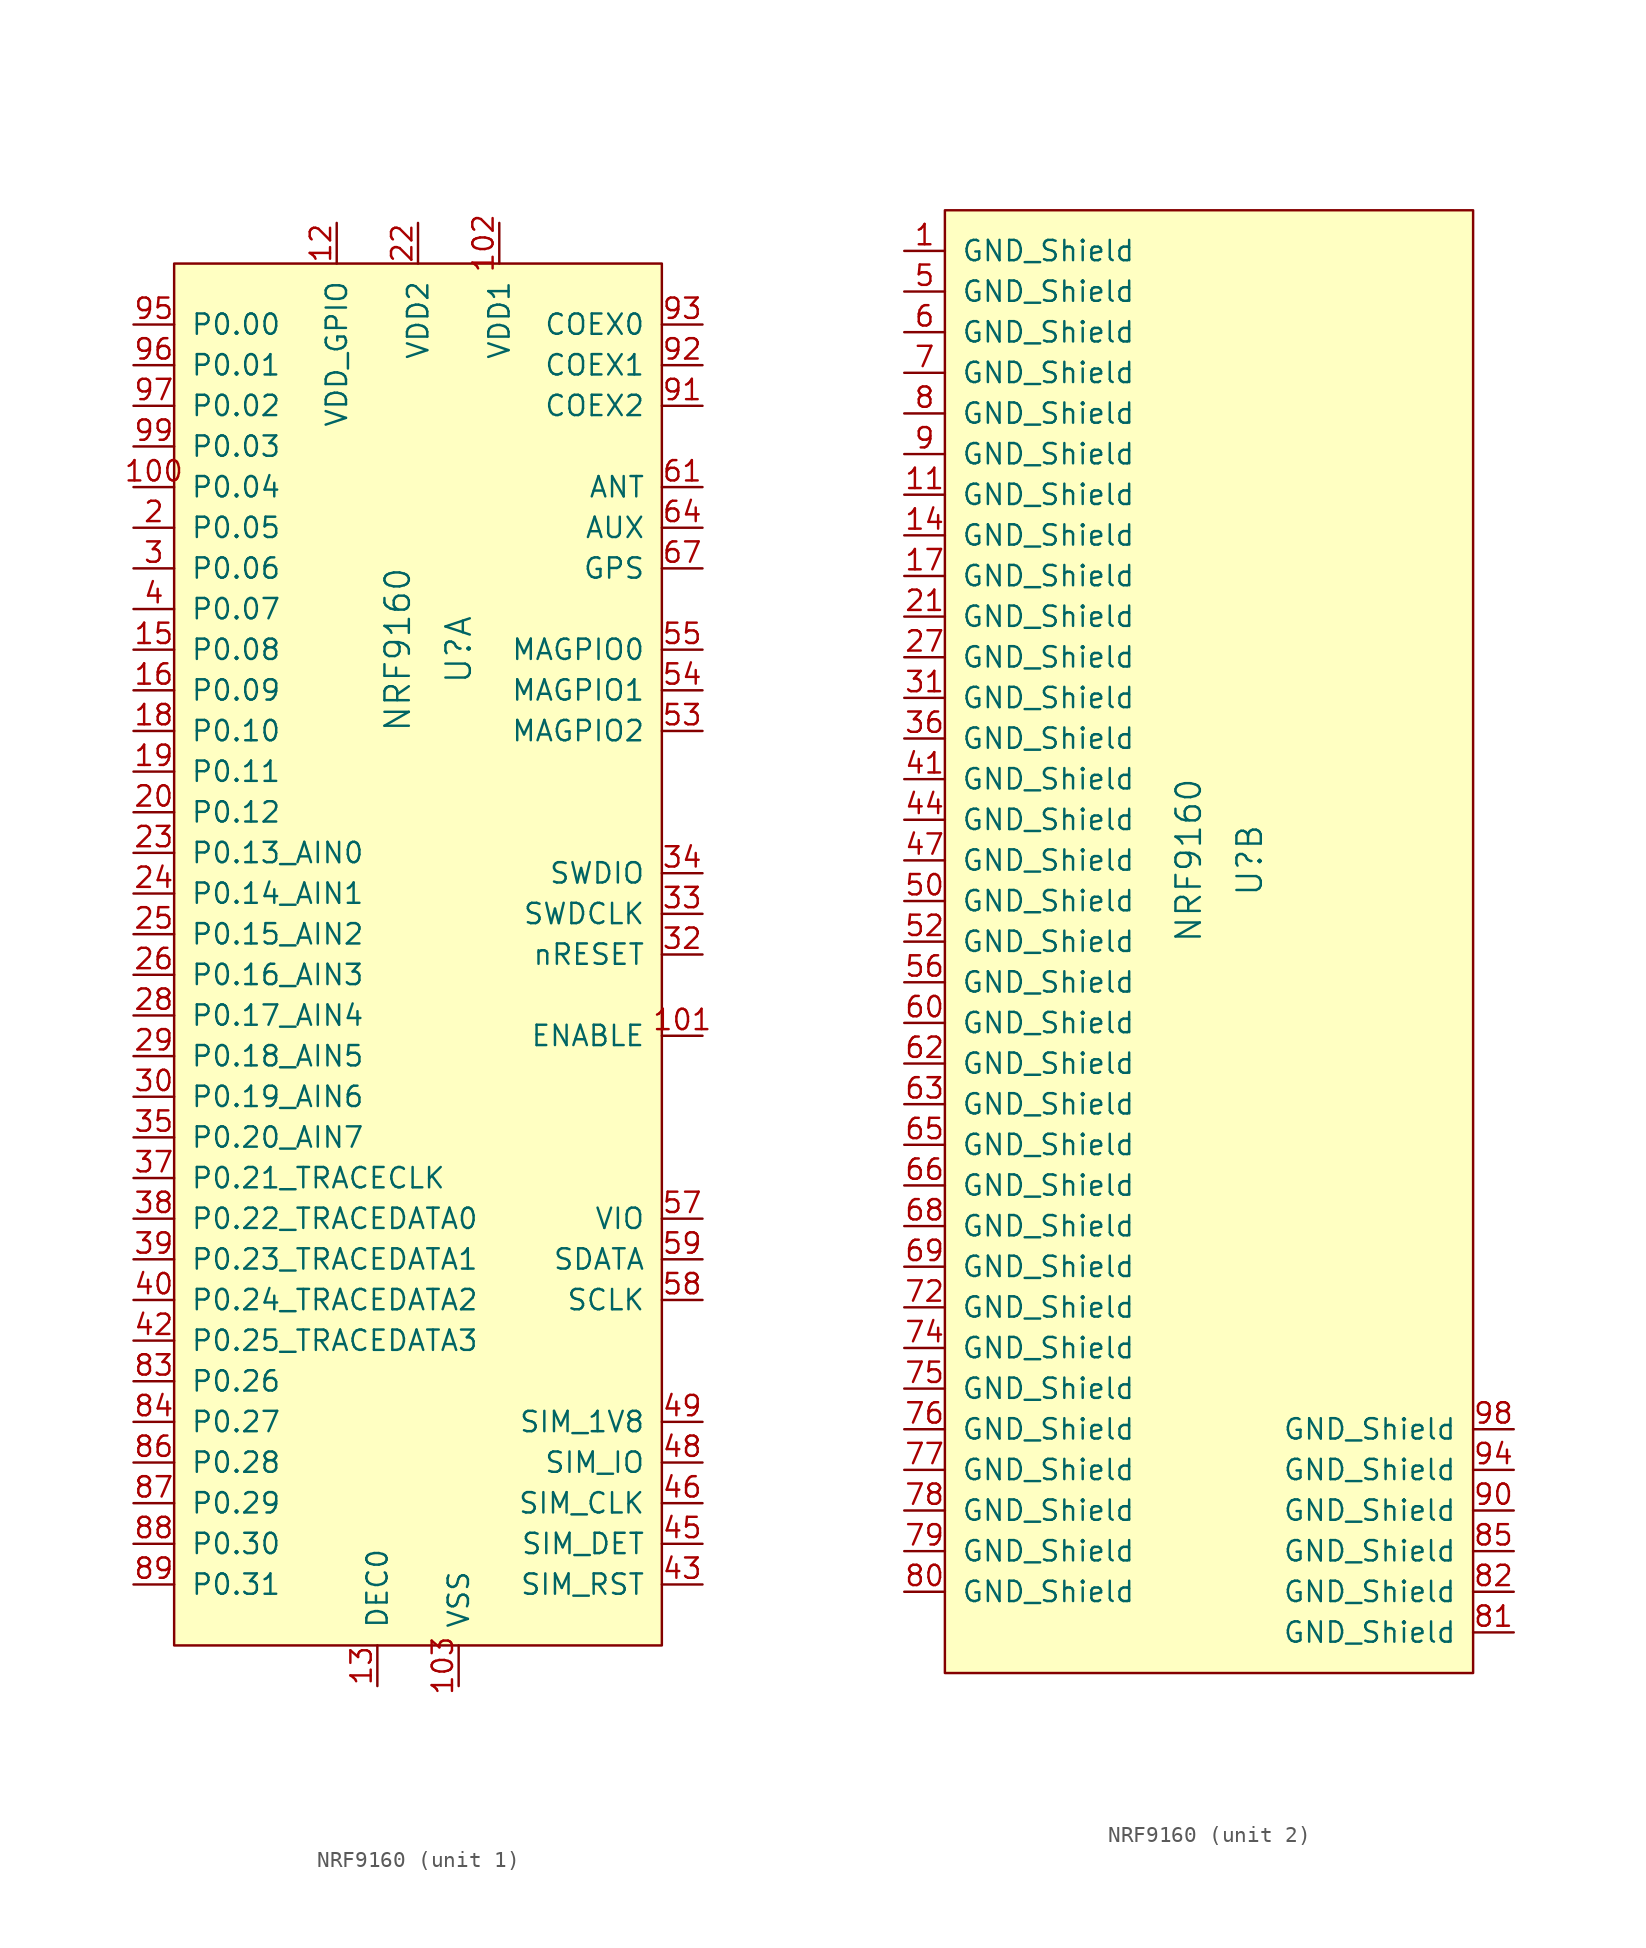
<source format=kicad_sym>
(kicad_symbol_lib
  (version 20211014)
  (generator kicad_symbol_editor)
  (symbol "NRF9160"
    (pin_names
      (offset 1.016))
    (property "Reference" "U"
      (at 2.54 0 90)
      (effects (font (size 1.524 1.524))))
    (property "Value" "NRF9160"
      (at -1.27 0 90)
      (effects (font (size 1.524 1.524))))
    (property "ki_locked" ""
      (at 0 0 0)
      (effects (font (size 1.27 1.27))))
    (symbol "NRF9160_1_1"
      (rectangle (start -15.24 24.13) (end 15.24 -62.23) (stroke (width 0) (type default) (color 0 0 0 0)) (fill (type background)))
      (pin input line (at -17.78 10.16 0) (length 2.54) (name "P0.04" (effects (font (size 1.27 1.27)))) (number "100" (effects (font (size 1.27 1.27)))))
      (pin input line (at 17.78 -24.13 180) (length 2.54) (name "ENABLE" (effects (font (size 1.27 1.27)))) (number "101" (effects (font (size 1.27 1.27)))))
      (pin input line (at 5.08 26.67 270) (length 2.54) (name "VDD1" (effects (font (size 1.27 1.27)))) (number "102" (effects (font (size 1.27 1.27)))))
      (pin input line (at 2.54 -64.77 90) (length 2.54) (name "VSS" (effects (font (size 1.27 1.27)))) (number "103" (effects (font (size 1.27 1.27)))))
      (pin input line (at -5.08 26.67 270) (length 2.54) (name "VDD_GPIO" (effects (font (size 1.27 1.27)))) (number "12" (effects (font (size 1.27 1.27)))))
      (pin input line (at -2.54 -64.77 90) (length 2.54) (name "DEC0" (effects (font (size 1.27 1.27)))) (number "13" (effects (font (size 1.27 1.27)))))
      (pin input line (at -17.78 0 0) (length 2.54) (name "P0.08" (effects (font (size 1.27 1.27)))) (number "15" (effects (font (size 1.27 1.27)))))
      (pin input line (at -17.78 -2.54 0) (length 2.54) (name "P0.09" (effects (font (size 1.27 1.27)))) (number "16" (effects (font (size 1.27 1.27)))))
      (pin input line (at -17.78 -5.08 0) (length 2.54) (name "P0.10" (effects (font (size 1.27 1.27)))) (number "18" (effects (font (size 1.27 1.27)))))
      (pin input line (at -17.78 -7.62 0) (length 2.54) (name "P0.11" (effects (font (size 1.27 1.27)))) (number "19" (effects (font (size 1.27 1.27)))))
      (pin input line (at -17.78 7.62 0) (length 2.54) (name "P0.05" (effects (font (size 1.27 1.27)))) (number "2" (effects (font (size 1.27 1.27)))))
      (pin input line (at -17.78 -10.16 0) (length 2.54) (name "P0.12" (effects (font (size 1.27 1.27)))) (number "20" (effects (font (size 1.27 1.27)))))
      (pin input line (at 0 26.67 270) (length 2.54) (name "VDD2" (effects (font (size 1.27 1.27)))) (number "22" (effects (font (size 1.27 1.27)))))
      (pin input line (at -17.78 -12.7 0) (length 2.54) (name "P0.13_AIN0" (effects (font (size 1.27 1.27)))) (number "23" (effects (font (size 1.27 1.27)))))
      (pin input line (at -17.78 -15.24 0) (length 2.54) (name "P0.14_AIN1" (effects (font (size 1.27 1.27)))) (number "24" (effects (font (size 1.27 1.27)))))
      (pin input line (at -17.78 -17.78 0) (length 2.54) (name "P0.15_AIN2" (effects (font (size 1.27 1.27)))) (number "25" (effects (font (size 1.27 1.27)))))
      (pin input line (at -17.78 -20.32 0) (length 2.54) (name "P0.16_AIN3" (effects (font (size 1.27 1.27)))) (number "26" (effects (font (size 1.27 1.27)))))
      (pin input line (at -17.78 -22.86 0) (length 2.54) (name "P0.17_AIN4" (effects (font (size 1.27 1.27)))) (number "28" (effects (font (size 1.27 1.27)))))
      (pin input line (at -17.78 -25.4 0) (length 2.54) (name "P0.18_AIN5" (effects (font (size 1.27 1.27)))) (number "29" (effects (font (size 1.27 1.27)))))
      (pin input line (at -17.78 5.08 0) (length 2.54) (name "P0.06" (effects (font (size 1.27 1.27)))) (number "3" (effects (font (size 1.27 1.27)))))
      (pin input line (at -17.78 -27.94 0) (length 2.54) (name "P0.19_AIN6" (effects (font (size 1.27 1.27)))) (number "30" (effects (font (size 1.27 1.27)))))
      (pin input line (at 17.78 -19.05 180) (length 2.54) (name "nRESET" (effects (font (size 1.27 1.27)))) (number "32" (effects (font (size 1.27 1.27)))))
      (pin input line (at 17.78 -16.51 180) (length 2.54) (name "SWDCLK" (effects (font (size 1.27 1.27)))) (number "33" (effects (font (size 1.27 1.27)))))
      (pin input line (at 17.78 -13.97 180) (length 2.54) (name "SWDIO" (effects (font (size 1.27 1.27)))) (number "34" (effects (font (size 1.27 1.27)))))
      (pin input line (at -17.78 -30.48 0) (length 2.54) (name "P0.20_AIN7" (effects (font (size 1.27 1.27)))) (number "35" (effects (font (size 1.27 1.27)))))
      (pin input line (at -17.78 -33.02 0) (length 2.54) (name "P0.21_TRACECLK" (effects (font (size 1.27 1.27)))) (number "37" (effects (font (size 1.27 1.27)))))
      (pin input line (at -17.78 -35.56 0) (length 2.54) (name "P0.22_TRACEDATA0" (effects (font (size 1.27 1.27)))) (number "38" (effects (font (size 1.27 1.27)))))
      (pin input line (at -17.78 -38.1 0) (length 2.54) (name "P0.23_TRACEDATA1" (effects (font (size 1.27 1.27)))) (number "39" (effects (font (size 1.27 1.27)))))
      (pin input line (at -17.78 2.54 0) (length 2.54) (name "P0.07" (effects (font (size 1.27 1.27)))) (number "4" (effects (font (size 1.27 1.27)))))
      (pin input line (at -17.78 -40.64 0) (length 2.54) (name "P0.24_TRACEDATA2" (effects (font (size 1.27 1.27)))) (number "40" (effects (font (size 1.27 1.27)))))
      (pin input line (at -17.78 -43.18 0) (length 2.54) (name "P0.25_TRACEDATA3" (effects (font (size 1.27 1.27)))) (number "42" (effects (font (size 1.27 1.27)))))
      (pin input line (at 17.78 -58.42 180) (length 2.54) (name "SIM_RST" (effects (font (size 1.27 1.27)))) (number "43" (effects (font (size 1.27 1.27)))))
      (pin input line (at 17.78 -55.88 180) (length 2.54) (name "SIM_DET" (effects (font (size 1.27 1.27)))) (number "45" (effects (font (size 1.27 1.27)))))
      (pin input line (at 17.78 -53.34 180) (length 2.54) (name "SIM_CLK" (effects (font (size 1.27 1.27)))) (number "46" (effects (font (size 1.27 1.27)))))
      (pin input line (at 17.78 -50.8 180) (length 2.54) (name "SIM_IO" (effects (font (size 1.27 1.27)))) (number "48" (effects (font (size 1.27 1.27)))))
      (pin input line (at 17.78 -48.26 180) (length 2.54) (name "SIM_1V8" (effects (font (size 1.27 1.27)))) (number "49" (effects (font (size 1.27 1.27)))))
      (pin input line (at 17.78 -5.08 180) (length 2.54) (name "MAGPIO2" (effects (font (size 1.27 1.27)))) (number "53" (effects (font (size 1.27 1.27)))))
      (pin input line (at 17.78 -2.54 180) (length 2.54) (name "MAGPIO1" (effects (font (size 1.27 1.27)))) (number "54" (effects (font (size 1.27 1.27)))))
      (pin input line (at 17.78 0 180) (length 2.54) (name "MAGPIO0" (effects (font (size 1.27 1.27)))) (number "55" (effects (font (size 1.27 1.27)))))
      (pin input line (at 17.78 -35.56 180) (length 2.54) (name "VIO" (effects (font (size 1.27 1.27)))) (number "57" (effects (font (size 1.27 1.27)))))
      (pin input line (at 17.78 -40.64 180) (length 2.54) (name "SCLK" (effects (font (size 1.27 1.27)))) (number "58" (effects (font (size 1.27 1.27)))))
      (pin input line (at 17.78 -38.1 180) (length 2.54) (name "SDATA" (effects (font (size 1.27 1.27)))) (number "59" (effects (font (size 1.27 1.27)))))
      (pin input line (at 17.78 10.16 180) (length 2.54) (name "ANT" (effects (font (size 1.27 1.27)))) (number "61" (effects (font (size 1.27 1.27)))))
      (pin input line (at 17.78 7.62 180) (length 2.54) (name "AUX" (effects (font (size 1.27 1.27)))) (number "64" (effects (font (size 1.27 1.27)))))
      (pin input line (at 17.78 5.08 180) (length 2.54) (name "GPS" (effects (font (size 1.27 1.27)))) (number "67" (effects (font (size 1.27 1.27)))))
      (pin input line (at -17.78 -45.72 0) (length 2.54) (name "P0.26" (effects (font (size 1.27 1.27)))) (number "83" (effects (font (size 1.27 1.27)))))
      (pin input line (at -17.78 -48.26 0) (length 2.54) (name "P0.27" (effects (font (size 1.27 1.27)))) (number "84" (effects (font (size 1.27 1.27)))))
      (pin input line (at -17.78 -50.8 0) (length 2.54) (name "P0.28" (effects (font (size 1.27 1.27)))) (number "86" (effects (font (size 1.27 1.27)))))
      (pin input line (at -17.78 -53.34 0) (length 2.54) (name "P0.29" (effects (font (size 1.27 1.27)))) (number "87" (effects (font (size 1.27 1.27)))))
      (pin input line (at -17.78 -55.88 0) (length 2.54) (name "P0.30" (effects (font (size 1.27 1.27)))) (number "88" (effects (font (size 1.27 1.27)))))
      (pin input line (at -17.78 -58.42 0) (length 2.54) (name "P0.31" (effects (font (size 1.27 1.27)))) (number "89" (effects (font (size 1.27 1.27)))))
      (pin input line (at 17.78 15.24 180) (length 2.54) (name "COEX2" (effects (font (size 1.27 1.27)))) (number "91" (effects (font (size 1.27 1.27)))))
      (pin input line (at 17.78 17.78 180) (length 2.54) (name "COEX1" (effects (font (size 1.27 1.27)))) (number "92" (effects (font (size 1.27 1.27)))))
      (pin input line (at 17.78 20.32 180) (length 2.54) (name "COEX0" (effects (font (size 1.27 1.27)))) (number "93" (effects (font (size 1.27 1.27)))))
      (pin input line (at -17.78 20.32 0) (length 2.54) (name "P0.00" (effects (font (size 1.27 1.27)))) (number "95" (effects (font (size 1.27 1.27)))))
      (pin input line (at -17.78 17.78 0) (length 2.54) (name "P0.01" (effects (font (size 1.27 1.27)))) (number "96" (effects (font (size 1.27 1.27)))))
      (pin input line (at -17.78 15.24 0) (length 2.54) (name "P0.02" (effects (font (size 1.27 1.27)))) (number "97" (effects (font (size 1.27 1.27)))))
      (pin input line (at -17.78 12.7 0) (length 2.54) (name "P0.03" (effects (font (size 1.27 1.27)))) (number "99" (effects (font (size 1.27 1.27))))))
    (symbol "NRF9160_2_1"
      (rectangle (start -16.51 40.64) (end 16.51 -50.8) (stroke (width 0) (type default) (color 0 0 0 0)) (fill (type background)))
      (pin input line (at -19.05 38.1 0) (length 2.54) (name "GND_Shield" (effects (font (size 1.27 1.27)))) (number "1" (effects (font (size 1.27 1.27)))))
      (pin no_connect line (at 19.05 -33.02 180) (length 2.54) hide (name "Reserved" (effects (font (size 1.27 1.27)))) (number "10" (effects (font (size 1.27 1.27)))))
      (pin no_connect line (at 19.05 -30.48 180) (length 2.54) hide (name "Reserved" (effects (font (size 1.27 1.27)))) (number "104" (effects (font (size 1.27 1.27)))))
      (pin no_connect line (at 19.05 -27.94 180) (length 2.54) hide (name "Reserved" (effects (font (size 1.27 1.27)))) (number "105" (effects (font (size 1.27 1.27)))))
      (pin no_connect line (at 19.05 -25.4 180) (length 2.54) hide (name "Reserved" (effects (font (size 1.27 1.27)))) (number "106" (effects (font (size 1.27 1.27)))))
      (pin no_connect line (at 19.05 -22.86 180) (length 2.54) hide (name "Reserved" (effects (font (size 1.27 1.27)))) (number "107" (effects (font (size 1.27 1.27)))))
      (pin no_connect line (at 19.05 -20.32 180) (length 2.54) hide (name "Reserved" (effects (font (size 1.27 1.27)))) (number "108" (effects (font (size 1.27 1.27)))))
      (pin no_connect line (at 19.05 -17.78 180) (length 2.54) hide (name "Reserved" (effects (font (size 1.27 1.27)))) (number "109" (effects (font (size 1.27 1.27)))))
      (pin input line (at -19.05 22.86 0) (length 2.54) (name "GND_Shield" (effects (font (size 1.27 1.27)))) (number "11" (effects (font (size 1.27 1.27)))))
      (pin no_connect line (at 19.05 -15.24 180) (length 2.54) hide (name "Reserved" (effects (font (size 1.27 1.27)))) (number "110" (effects (font (size 1.27 1.27)))))
      (pin no_connect line (at 19.05 -12.7 180) (length 2.54) hide (name "Reserved" (effects (font (size 1.27 1.27)))) (number "111" (effects (font (size 1.27 1.27)))))
      (pin no_connect line (at 19.05 -10.16 180) (length 2.54) hide (name "Reserved" (effects (font (size 1.27 1.27)))) (number "112" (effects (font (size 1.27 1.27)))))
      (pin no_connect line (at 19.05 -7.62 180) (length 2.54) hide (name "Reserved" (effects (font (size 1.27 1.27)))) (number "113" (effects (font (size 1.27 1.27)))))
      (pin no_connect line (at 19.05 -5.08 180) (length 2.54) hide (name "Reserved" (effects (font (size 1.27 1.27)))) (number "114" (effects (font (size 1.27 1.27)))))
      (pin no_connect line (at 19.05 -2.54 180) (length 2.54) hide (name "Reserved" (effects (font (size 1.27 1.27)))) (number "115" (effects (font (size 1.27 1.27)))))
      (pin no_connect line (at 19.05 0 180) (length 2.54) hide (name "Reserved" (effects (font (size 1.27 1.27)))) (number "116" (effects (font (size 1.27 1.27)))))
      (pin no_connect line (at 19.05 2.54 180) (length 2.54) hide (name "Reserved" (effects (font (size 1.27 1.27)))) (number "117" (effects (font (size 1.27 1.27)))))
      (pin no_connect line (at 19.05 5.08 180) (length 2.54) hide (name "Reserved" (effects (font (size 1.27 1.27)))) (number "118" (effects (font (size 1.27 1.27)))))
      (pin no_connect line (at 19.05 7.62 180) (length 2.54) hide (name "Reserved" (effects (font (size 1.27 1.27)))) (number "119" (effects (font (size 1.27 1.27)))))
      (pin no_connect line (at 19.05 10.16 180) (length 2.54) hide (name "Reserved" (effects (font (size 1.27 1.27)))) (number "120" (effects (font (size 1.27 1.27)))))
      (pin no_connect line (at 19.05 12.7 180) (length 2.54) hide (name "Reserved" (effects (font (size 1.27 1.27)))) (number "121" (effects (font (size 1.27 1.27)))))
      (pin no_connect line (at 19.05 15.24 180) (length 2.54) hide (name "Reserved" (effects (font (size 1.27 1.27)))) (number "122" (effects (font (size 1.27 1.27)))))
      (pin no_connect line (at 19.05 17.78 180) (length 2.54) hide (name "Reserved" (effects (font (size 1.27 1.27)))) (number "123" (effects (font (size 1.27 1.27)))))
      (pin no_connect line (at 19.05 20.32 180) (length 2.54) hide (name "Reserved" (effects (font (size 1.27 1.27)))) (number "124" (effects (font (size 1.27 1.27)))))
      (pin no_connect line (at 19.05 22.86 180) (length 2.54) hide (name "Reserved" (effects (font (size 1.27 1.27)))) (number "125" (effects (font (size 1.27 1.27)))))
      (pin no_connect line (at 19.05 25.4 180) (length 2.54) hide (name "Reserved" (effects (font (size 1.27 1.27)))) (number "126" (effects (font (size 1.27 1.27)))))
      (pin no_connect line (at 19.05 27.94 180) (length 2.54) hide (name "Reserved" (effects (font (size 1.27 1.27)))) (number "127" (effects (font (size 1.27 1.27)))))
      (pin input line (at -19.05 20.32 0) (length 2.54) (name "GND_Shield" (effects (font (size 1.27 1.27)))) (number "14" (effects (font (size 1.27 1.27)))))
      (pin input line (at -19.05 17.78 0) (length 2.54) (name "GND_Shield" (effects (font (size 1.27 1.27)))) (number "17" (effects (font (size 1.27 1.27)))))
      (pin input line (at -19.05 15.24 0) (length 2.54) (name "GND_Shield" (effects (font (size 1.27 1.27)))) (number "21" (effects (font (size 1.27 1.27)))))
      (pin input line (at -19.05 12.7 0) (length 2.54) (name "GND_Shield" (effects (font (size 1.27 1.27)))) (number "27" (effects (font (size 1.27 1.27)))))
      (pin input line (at -19.05 10.16 0) (length 2.54) (name "GND_Shield" (effects (font (size 1.27 1.27)))) (number "31" (effects (font (size 1.27 1.27)))))
      (pin input line (at -19.05 7.62 0) (length 2.54) (name "GND_Shield" (effects (font (size 1.27 1.27)))) (number "36" (effects (font (size 1.27 1.27)))))
      (pin input line (at -19.05 5.08 0) (length 2.54) (name "GND_Shield" (effects (font (size 1.27 1.27)))) (number "41" (effects (font (size 1.27 1.27)))))
      (pin input line (at -19.05 2.54 0) (length 2.54) (name "GND_Shield" (effects (font (size 1.27 1.27)))) (number "44" (effects (font (size 1.27 1.27)))))
      (pin input line (at -19.05 0 0) (length 2.54) (name "GND_Shield" (effects (font (size 1.27 1.27)))) (number "47" (effects (font (size 1.27 1.27)))))
      (pin input line (at -19.05 35.56 0) (length 2.54) (name "GND_Shield" (effects (font (size 1.27 1.27)))) (number "5" (effects (font (size 1.27 1.27)))))
      (pin input line (at -19.05 -2.54 0) (length 2.54) (name "GND_Shield" (effects (font (size 1.27 1.27)))) (number "50" (effects (font (size 1.27 1.27)))))
      (pin no_connect line (at 19.05 30.48 180) (length 2.54) hide (name "Reserved" (effects (font (size 1.27 1.27)))) (number "51" (effects (font (size 1.27 1.27)))))
      (pin input line (at -19.05 -5.08 0) (length 2.54) (name "GND_Shield" (effects (font (size 1.27 1.27)))) (number "52" (effects (font (size 1.27 1.27)))))
      (pin input line (at -19.05 -7.62 0) (length 2.54) (name "GND_Shield" (effects (font (size 1.27 1.27)))) (number "56" (effects (font (size 1.27 1.27)))))
      (pin input line (at -19.05 33.02 0) (length 2.54) (name "GND_Shield" (effects (font (size 1.27 1.27)))) (number "6" (effects (font (size 1.27 1.27)))))
      (pin input line (at -19.05 -10.16 0) (length 2.54) (name "GND_Shield" (effects (font (size 1.27 1.27)))) (number "60" (effects (font (size 1.27 1.27)))))
      (pin input line (at -19.05 -12.7 0) (length 2.54) (name "GND_Shield" (effects (font (size 1.27 1.27)))) (number "62" (effects (font (size 1.27 1.27)))))
      (pin input line (at -19.05 -15.24 0) (length 2.54) (name "GND_Shield" (effects (font (size 1.27 1.27)))) (number "63" (effects (font (size 1.27 1.27)))))
      (pin input line (at -19.05 -17.78 0) (length 2.54) (name "GND_Shield" (effects (font (size 1.27 1.27)))) (number "65" (effects (font (size 1.27 1.27)))))
      (pin input line (at -19.05 -20.32 0) (length 2.54) (name "GND_Shield" (effects (font (size 1.27 1.27)))) (number "66" (effects (font (size 1.27 1.27)))))
      (pin input line (at -19.05 -22.86 0) (length 2.54) (name "GND_Shield" (effects (font (size 1.27 1.27)))) (number "68" (effects (font (size 1.27 1.27)))))
      (pin input line (at -19.05 -25.4 0) (length 2.54) (name "GND_Shield" (effects (font (size 1.27 1.27)))) (number "69" (effects (font (size 1.27 1.27)))))
      (pin input line (at -19.05 30.48 0) (length 2.54) (name "GND_Shield" (effects (font (size 1.27 1.27)))) (number "7" (effects (font (size 1.27 1.27)))))
      (pin no_connect line (at 19.05 33.02 180) (length 2.54) hide (name "Reserved" (effects (font (size 1.27 1.27)))) (number "70" (effects (font (size 1.27 1.27)))))
      (pin no_connect line (at 19.05 35.56 180) (length 2.54) hide (name "Reserved" (effects (font (size 1.27 1.27)))) (number "71" (effects (font (size 1.27 1.27)))))
      (pin input line (at -19.05 -27.94 0) (length 2.54) (name "GND_Shield" (effects (font (size 1.27 1.27)))) (number "72" (effects (font (size 1.27 1.27)))))
      (pin no_connect line (at 19.05 38.1 180) (length 2.54) hide (name "Reserved" (effects (font (size 1.27 1.27)))) (number "73" (effects (font (size 1.27 1.27)))))
      (pin input line (at -19.05 -30.48 0) (length 2.54) (name "GND_Shield" (effects (font (size 1.27 1.27)))) (number "74" (effects (font (size 1.27 1.27)))))
      (pin input line (at -19.05 -33.02 0) (length 2.54) (name "GND_Shield" (effects (font (size 1.27 1.27)))) (number "75" (effects (font (size 1.27 1.27)))))
      (pin input line (at -19.05 -35.56 0) (length 2.54) (name "GND_Shield" (effects (font (size 1.27 1.27)))) (number "76" (effects (font (size 1.27 1.27)))))
      (pin input line (at -19.05 -38.1 0) (length 2.54) (name "GND_Shield" (effects (font (size 1.27 1.27)))) (number "77" (effects (font (size 1.27 1.27)))))
      (pin input line (at -19.05 -40.64 0) (length 2.54) (name "GND_Shield" (effects (font (size 1.27 1.27)))) (number "78" (effects (font (size 1.27 1.27)))))
      (pin input line (at -19.05 -43.18 0) (length 2.54) (name "GND_Shield" (effects (font (size 1.27 1.27)))) (number "79" (effects (font (size 1.27 1.27)))))
      (pin input line (at -19.05 27.94 0) (length 2.54) (name "GND_Shield" (effects (font (size 1.27 1.27)))) (number "8" (effects (font (size 1.27 1.27)))))
      (pin input line (at -19.05 -45.72 0) (length 2.54) (name "GND_Shield" (effects (font (size 1.27 1.27)))) (number "80" (effects (font (size 1.27 1.27)))))
      (pin input line (at 19.05 -48.26 180) (length 2.54) (name "GND_Shield" (effects (font (size 1.27 1.27)))) (number "81" (effects (font (size 1.27 1.27)))))
      (pin input line (at 19.05 -45.72 180) (length 2.54) (name "GND_Shield" (effects (font (size 1.27 1.27)))) (number "82" (effects (font (size 1.27 1.27)))))
      (pin input line (at 19.05 -43.18 180) (length 2.54) (name "GND_Shield" (effects (font (size 1.27 1.27)))) (number "85" (effects (font (size 1.27 1.27)))))
      (pin input line (at -19.05 25.4 0) (length 2.54) (name "GND_Shield" (effects (font (size 1.27 1.27)))) (number "9" (effects (font (size 1.27 1.27)))))
      (pin input line (at 19.05 -40.64 180) (length 2.54) (name "GND_Shield" (effects (font (size 1.27 1.27)))) (number "90" (effects (font (size 1.27 1.27)))))
      (pin input line (at 19.05 -38.1 180) (length 2.54) (name "GND_Shield" (effects (font (size 1.27 1.27)))) (number "94" (effects (font (size 1.27 1.27)))))
      (pin input line (at 19.05 -35.56 180) (length 2.54) (name "GND_Shield" (effects (font (size 1.27 1.27)))) (number "98" (effects (font (size 1.27 1.27))))))))
</source>
